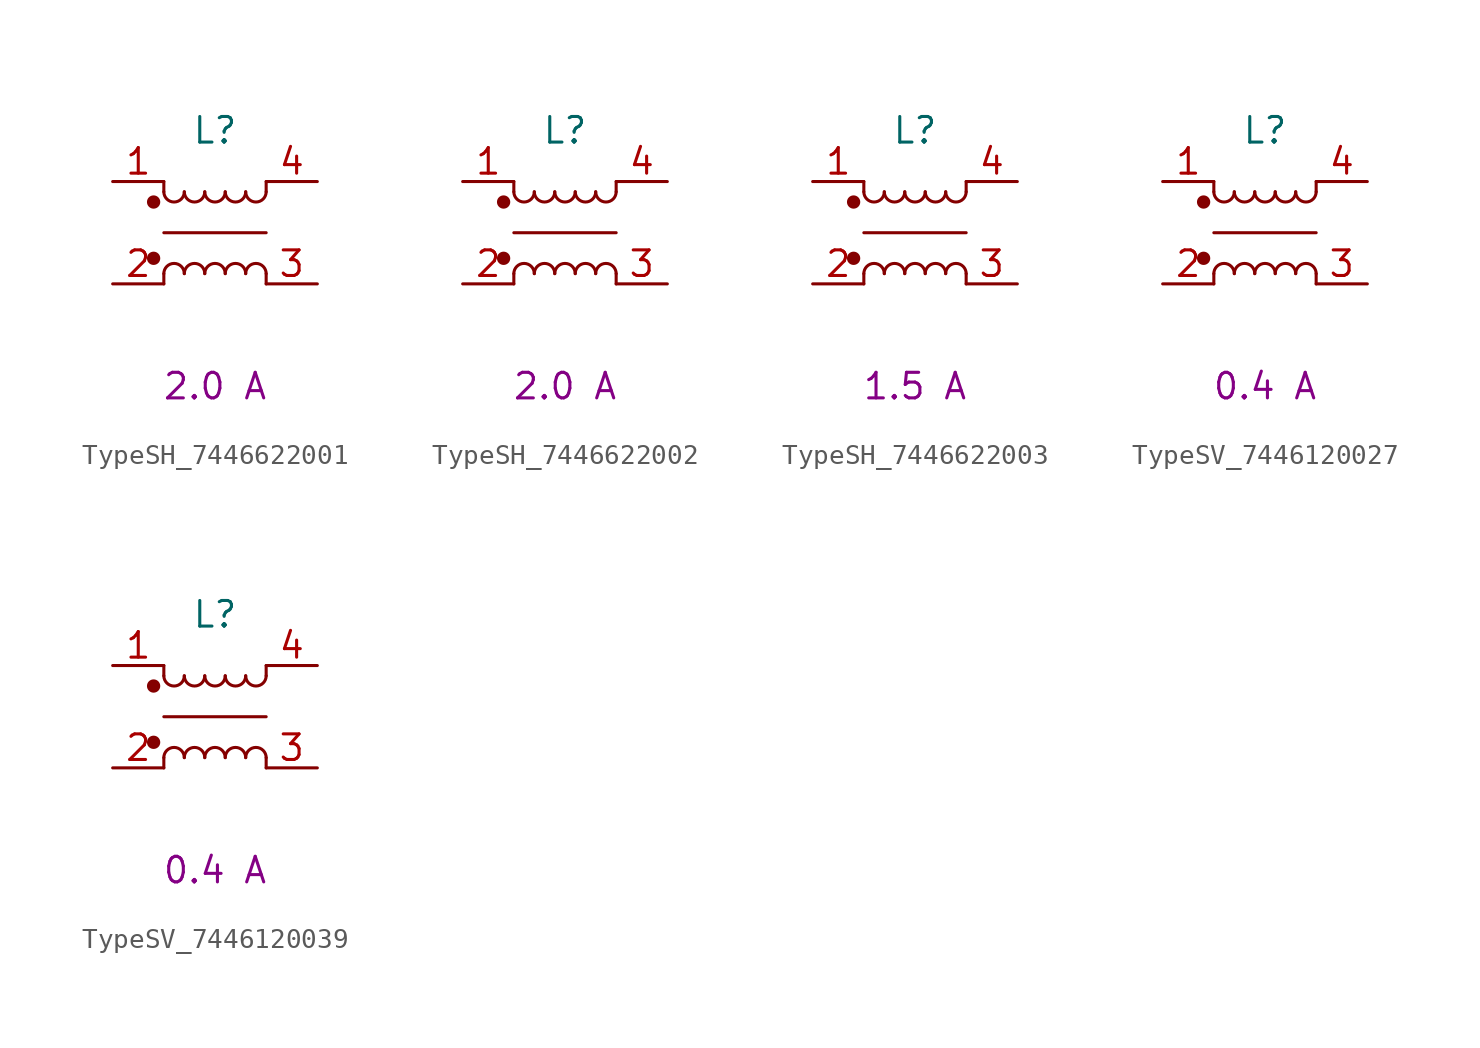
<source format=kicad_sym>
(kicad_symbol_lib
  (version 20220914)
  (generator kicad_symbol_editor)
  (symbol "TypeSH_7446622001"
    (pin_names hide)
    (property "Reference" "L"
      (at 0 5.08 0)
      (effects (font (size 1.27 1.27))))
    (property "Critical Parameter" "2.0 A"
      (at 0 -7.62 0)
      (effects (font (size 1.27 1.27))))
    (symbol "TypeSH_7446622001_0_1"
      (circle (center -3.048 -1.27) (radius 0.254) (stroke (width 0) (type default)) (fill (type outline)))
      (circle (center -3.048 1.524) (radius 0.254) (stroke (width 0) (type default)) (fill (type outline)))
      (arc (start -2.54 2.032) (mid -2.032 1.5262) (end -1.524 2.032) (stroke (width 0) (type default)) (fill (type none)))
      (arc (start -1.524 -2.032) (mid -2.032 -1.5262) (end -2.54 -2.032) (stroke (width 0) (type default)) (fill (type none)))
      (arc (start -1.524 2.032) (mid -1.016 1.5262) (end -0.508 2.032) (stroke (width 0) (type default)) (fill (type none)))
      (arc (start -0.508 -2.032) (mid -1.016 -1.5262) (end -1.524 -2.032) (stroke (width 0) (type default)) (fill (type none)))
      (arc (start -0.508 2.032) (mid 0 1.5262) (end 0.508 2.032) (stroke (width 0) (type default)) (fill (type none)))
      (polyline (pts (xy -2.54 -2.032) (xy -2.54 -2.54)) (stroke (width 0) (type default)) (fill (type none)))
      (polyline (pts (xy -2.54 2.032) (xy -2.54 2.54)) (stroke (width 0) (type default)) (fill (type none)))
      (polyline (pts (xy 2.54 -2.032) (xy 2.54 -2.54)) (stroke (width 0) (type default)) (fill (type none)))
      (polyline (pts (xy 2.54 0) (xy -2.54 0)) (stroke (width 0) (type default)) (fill (type none)))
      (polyline (pts (xy 2.54 2.54) (xy 2.54 2.032)) (stroke (width 0) (type default)) (fill (type none)))
      (arc (start 0.508 -2.032) (mid 0 -1.5262) (end -0.508 -2.032) (stroke (width 0) (type default)) (fill (type none)))
      (arc (start 0.508 2.032) (mid 1.016 1.5262) (end 1.524 2.032) (stroke (width 0) (type default)) (fill (type none)))
      (arc (start 1.524 -2.032) (mid 1.016 -1.5262) (end 0.508 -2.032) (stroke (width 0) (type default)) (fill (type none)))
      (arc (start 1.524 2.032) (mid 2.032 1.5262) (end 2.54 2.032) (stroke (width 0) (type default)) (fill (type none)))
      (arc (start 2.54 -2.032) (mid 2.032 -1.5262) (end 1.524 -2.032) (stroke (width 0) (type default)) (fill (type none))))
    (symbol "TypeSH_7446622001_1_1"
      (pin passive line (at -5.08 2.54 0) (length 2.54) (name "1" (effects (font (size 1.27 1.27)))) (number "1" (effects (font (size 1.27 1.27)))))
      (pin passive line (at -5.08 -2.54 0) (length 2.54) (name "2" (effects (font (size 1.27 1.27)))) (number "2" (effects (font (size 1.27 1.27)))))
      (pin passive line (at 5.08 -2.54 180) (length 2.54) (name "3" (effects (font (size 1.27 1.27)))) (number "3" (effects (font (size 1.27 1.27)))))
      (pin passive line (at 5.08 2.54 180) (length 2.54) (name "4" (effects (font (size 1.27 1.27)))) (number "4" (effects (font (size 1.27 1.27)))))))
  (symbol "TypeSH_7446622002"
    (pin_names hide)
    (property "Reference" "L"
      (at 0 5.08 0)
      (effects (font (size 1.27 1.27))))
    (property "Critical Parameter" "2.0 A"
      (at 0 -7.62 0)
      (effects (font (size 1.27 1.27))))
    (symbol "TypeSH_7446622002_0_1"
      (circle (center -3.048 -1.27) (radius 0.254) (stroke (width 0) (type default)) (fill (type outline)))
      (circle (center -3.048 1.524) (radius 0.254) (stroke (width 0) (type default)) (fill (type outline)))
      (arc (start -2.54 2.032) (mid -2.032 1.5262) (end -1.524 2.032) (stroke (width 0) (type default)) (fill (type none)))
      (arc (start -1.524 -2.032) (mid -2.032 -1.5262) (end -2.54 -2.032) (stroke (width 0) (type default)) (fill (type none)))
      (arc (start -1.524 2.032) (mid -1.016 1.5262) (end -0.508 2.032) (stroke (width 0) (type default)) (fill (type none)))
      (arc (start -0.508 -2.032) (mid -1.016 -1.5262) (end -1.524 -2.032) (stroke (width 0) (type default)) (fill (type none)))
      (arc (start -0.508 2.032) (mid 0 1.5262) (end 0.508 2.032) (stroke (width 0) (type default)) (fill (type none)))
      (polyline (pts (xy -2.54 -2.032) (xy -2.54 -2.54)) (stroke (width 0) (type default)) (fill (type none)))
      (polyline (pts (xy -2.54 2.032) (xy -2.54 2.54)) (stroke (width 0) (type default)) (fill (type none)))
      (polyline (pts (xy 2.54 -2.032) (xy 2.54 -2.54)) (stroke (width 0) (type default)) (fill (type none)))
      (polyline (pts (xy 2.54 0) (xy -2.54 0)) (stroke (width 0) (type default)) (fill (type none)))
      (polyline (pts (xy 2.54 2.54) (xy 2.54 2.032)) (stroke (width 0) (type default)) (fill (type none)))
      (arc (start 0.508 -2.032) (mid 0 -1.5262) (end -0.508 -2.032) (stroke (width 0) (type default)) (fill (type none)))
      (arc (start 0.508 2.032) (mid 1.016 1.5262) (end 1.524 2.032) (stroke (width 0) (type default)) (fill (type none)))
      (arc (start 1.524 -2.032) (mid 1.016 -1.5262) (end 0.508 -2.032) (stroke (width 0) (type default)) (fill (type none)))
      (arc (start 1.524 2.032) (mid 2.032 1.5262) (end 2.54 2.032) (stroke (width 0) (type default)) (fill (type none)))
      (arc (start 2.54 -2.032) (mid 2.032 -1.5262) (end 1.524 -2.032) (stroke (width 0) (type default)) (fill (type none))))
    (symbol "TypeSH_7446622002_1_1"
      (pin passive line (at -5.08 2.54 0) (length 2.54) (name "1" (effects (font (size 1.27 1.27)))) (number "1" (effects (font (size 1.27 1.27)))))
      (pin passive line (at -5.08 -2.54 0) (length 2.54) (name "2" (effects (font (size 1.27 1.27)))) (number "2" (effects (font (size 1.27 1.27)))))
      (pin passive line (at 5.08 -2.54 180) (length 2.54) (name "3" (effects (font (size 1.27 1.27)))) (number "3" (effects (font (size 1.27 1.27)))))
      (pin passive line (at 5.08 2.54 180) (length 2.54) (name "4" (effects (font (size 1.27 1.27)))) (number "4" (effects (font (size 1.27 1.27)))))))
  (symbol "TypeSH_7446622003"
    (pin_names hide)
    (property "Reference" "L"
      (at 0 5.08 0)
      (effects (font (size 1.27 1.27))))
    (property "Critical Parameter" "1.5 A"
      (at 0 -7.62 0)
      (effects (font (size 1.27 1.27))))
    (symbol "TypeSH_7446622003_0_1"
      (circle (center -3.048 -1.27) (radius 0.254) (stroke (width 0) (type default)) (fill (type outline)))
      (circle (center -3.048 1.524) (radius 0.254) (stroke (width 0) (type default)) (fill (type outline)))
      (arc (start -2.54 2.032) (mid -2.032 1.5262) (end -1.524 2.032) (stroke (width 0) (type default)) (fill (type none)))
      (arc (start -1.524 -2.032) (mid -2.032 -1.5262) (end -2.54 -2.032) (stroke (width 0) (type default)) (fill (type none)))
      (arc (start -1.524 2.032) (mid -1.016 1.5262) (end -0.508 2.032) (stroke (width 0) (type default)) (fill (type none)))
      (arc (start -0.508 -2.032) (mid -1.016 -1.5262) (end -1.524 -2.032) (stroke (width 0) (type default)) (fill (type none)))
      (arc (start -0.508 2.032) (mid 0 1.5262) (end 0.508 2.032) (stroke (width 0) (type default)) (fill (type none)))
      (polyline (pts (xy -2.54 -2.032) (xy -2.54 -2.54)) (stroke (width 0) (type default)) (fill (type none)))
      (polyline (pts (xy -2.54 2.032) (xy -2.54 2.54)) (stroke (width 0) (type default)) (fill (type none)))
      (polyline (pts (xy 2.54 -2.032) (xy 2.54 -2.54)) (stroke (width 0) (type default)) (fill (type none)))
      (polyline (pts (xy 2.54 0) (xy -2.54 0)) (stroke (width 0) (type default)) (fill (type none)))
      (polyline (pts (xy 2.54 2.54) (xy 2.54 2.032)) (stroke (width 0) (type default)) (fill (type none)))
      (arc (start 0.508 -2.032) (mid 0 -1.5262) (end -0.508 -2.032) (stroke (width 0) (type default)) (fill (type none)))
      (arc (start 0.508 2.032) (mid 1.016 1.5262) (end 1.524 2.032) (stroke (width 0) (type default)) (fill (type none)))
      (arc (start 1.524 -2.032) (mid 1.016 -1.5262) (end 0.508 -2.032) (stroke (width 0) (type default)) (fill (type none)))
      (arc (start 1.524 2.032) (mid 2.032 1.5262) (end 2.54 2.032) (stroke (width 0) (type default)) (fill (type none)))
      (arc (start 2.54 -2.032) (mid 2.032 -1.5262) (end 1.524 -2.032) (stroke (width 0) (type default)) (fill (type none))))
    (symbol "TypeSH_7446622003_1_1"
      (pin passive line (at -5.08 2.54 0) (length 2.54) (name "1" (effects (font (size 1.27 1.27)))) (number "1" (effects (font (size 1.27 1.27)))))
      (pin passive line (at -5.08 -2.54 0) (length 2.54) (name "2" (effects (font (size 1.27 1.27)))) (number "2" (effects (font (size 1.27 1.27)))))
      (pin passive line (at 5.08 -2.54 180) (length 2.54) (name "3" (effects (font (size 1.27 1.27)))) (number "3" (effects (font (size 1.27 1.27)))))
      (pin passive line (at 5.08 2.54 180) (length 2.54) (name "4" (effects (font (size 1.27 1.27)))) (number "4" (effects (font (size 1.27 1.27)))))))
  (symbol "TypeSV_7446120027"
    (pin_names hide)
    (property "Reference" "L"
      (at 0 5.08 0)
      (effects (font (size 1.27 1.27))))
    (property "Critical Parameter" "0.4 A"
      (at 0 -7.62 0)
      (effects (font (size 1.27 1.27))))
    (symbol "TypeSV_7446120027_0_1"
      (circle (center -3.048 -1.27) (radius 0.254) (stroke (width 0) (type default)) (fill (type outline)))
      (circle (center -3.048 1.524) (radius 0.254) (stroke (width 0) (type default)) (fill (type outline)))
      (arc (start -2.54 2.032) (mid -2.032 1.5262) (end -1.524 2.032) (stroke (width 0) (type default)) (fill (type none)))
      (arc (start -1.524 -2.032) (mid -2.032 -1.5262) (end -2.54 -2.032) (stroke (width 0) (type default)) (fill (type none)))
      (arc (start -1.524 2.032) (mid -1.016 1.5262) (end -0.508 2.032) (stroke (width 0) (type default)) (fill (type none)))
      (arc (start -0.508 -2.032) (mid -1.016 -1.5262) (end -1.524 -2.032) (stroke (width 0) (type default)) (fill (type none)))
      (arc (start -0.508 2.032) (mid 0 1.5262) (end 0.508 2.032) (stroke (width 0) (type default)) (fill (type none)))
      (polyline (pts (xy -2.54 -2.032) (xy -2.54 -2.54)) (stroke (width 0) (type default)) (fill (type none)))
      (polyline (pts (xy -2.54 2.032) (xy -2.54 2.54)) (stroke (width 0) (type default)) (fill (type none)))
      (polyline (pts (xy 2.54 -2.032) (xy 2.54 -2.54)) (stroke (width 0) (type default)) (fill (type none)))
      (polyline (pts (xy 2.54 0) (xy -2.54 0)) (stroke (width 0) (type default)) (fill (type none)))
      (polyline (pts (xy 2.54 2.54) (xy 2.54 2.032)) (stroke (width 0) (type default)) (fill (type none)))
      (arc (start 0.508 -2.032) (mid 0 -1.5262) (end -0.508 -2.032) (stroke (width 0) (type default)) (fill (type none)))
      (arc (start 0.508 2.032) (mid 1.016 1.5262) (end 1.524 2.032) (stroke (width 0) (type default)) (fill (type none)))
      (arc (start 1.524 -2.032) (mid 1.016 -1.5262) (end 0.508 -2.032) (stroke (width 0) (type default)) (fill (type none)))
      (arc (start 1.524 2.032) (mid 2.032 1.5262) (end 2.54 2.032) (stroke (width 0) (type default)) (fill (type none)))
      (arc (start 2.54 -2.032) (mid 2.032 -1.5262) (end 1.524 -2.032) (stroke (width 0) (type default)) (fill (type none))))
    (symbol "TypeSV_7446120027_1_1"
      (pin passive line (at -5.08 2.54 0) (length 2.54) (name "1" (effects (font (size 1.27 1.27)))) (number "1" (effects (font (size 1.27 1.27)))))
      (pin passive line (at -5.08 -2.54 0) (length 2.54) (name "2" (effects (font (size 1.27 1.27)))) (number "2" (effects (font (size 1.27 1.27)))))
      (pin passive line (at 5.08 -2.54 180) (length 2.54) (name "3" (effects (font (size 1.27 1.27)))) (number "3" (effects (font (size 1.27 1.27)))))
      (pin passive line (at 5.08 2.54 180) (length 2.54) (name "4" (effects (font (size 1.27 1.27)))) (number "4" (effects (font (size 1.27 1.27)))))))
  (symbol "TypeSV_7446120039"
    (pin_names hide)
    (property "Reference" "L"
      (at 0 5.08 0)
      (effects (font (size 1.27 1.27))))
    (property "Critical Parameter" "0.4 A"
      (at 0 -7.62 0)
      (effects (font (size 1.27 1.27))))
    (symbol "TypeSV_7446120039_0_1"
      (circle (center -3.048 -1.27) (radius 0.254) (stroke (width 0) (type default)) (fill (type outline)))
      (circle (center -3.048 1.524) (radius 0.254) (stroke (width 0) (type default)) (fill (type outline)))
      (arc (start -2.54 2.032) (mid -2.032 1.5262) (end -1.524 2.032) (stroke (width 0) (type default)) (fill (type none)))
      (arc (start -1.524 -2.032) (mid -2.032 -1.5262) (end -2.54 -2.032) (stroke (width 0) (type default)) (fill (type none)))
      (arc (start -1.524 2.032) (mid -1.016 1.5262) (end -0.508 2.032) (stroke (width 0) (type default)) (fill (type none)))
      (arc (start -0.508 -2.032) (mid -1.016 -1.5262) (end -1.524 -2.032) (stroke (width 0) (type default)) (fill (type none)))
      (arc (start -0.508 2.032) (mid 0 1.5262) (end 0.508 2.032) (stroke (width 0) (type default)) (fill (type none)))
      (polyline (pts (xy -2.54 -2.032) (xy -2.54 -2.54)) (stroke (width 0) (type default)) (fill (type none)))
      (polyline (pts (xy -2.54 2.032) (xy -2.54 2.54)) (stroke (width 0) (type default)) (fill (type none)))
      (polyline (pts (xy 2.54 -2.032) (xy 2.54 -2.54)) (stroke (width 0) (type default)) (fill (type none)))
      (polyline (pts (xy 2.54 0) (xy -2.54 0)) (stroke (width 0) (type default)) (fill (type none)))
      (polyline (pts (xy 2.54 2.54) (xy 2.54 2.032)) (stroke (width 0) (type default)) (fill (type none)))
      (arc (start 0.508 -2.032) (mid 0 -1.5262) (end -0.508 -2.032) (stroke (width 0) (type default)) (fill (type none)))
      (arc (start 0.508 2.032) (mid 1.016 1.5262) (end 1.524 2.032) (stroke (width 0) (type default)) (fill (type none)))
      (arc (start 1.524 -2.032) (mid 1.016 -1.5262) (end 0.508 -2.032) (stroke (width 0) (type default)) (fill (type none)))
      (arc (start 1.524 2.032) (mid 2.032 1.5262) (end 2.54 2.032) (stroke (width 0) (type default)) (fill (type none)))
      (arc (start 2.54 -2.032) (mid 2.032 -1.5262) (end 1.524 -2.032) (stroke (width 0) (type default)) (fill (type none))))
    (symbol "TypeSV_7446120039_1_1"
      (pin passive line (at -5.08 2.54 0) (length 2.54) (name "1" (effects (font (size 1.27 1.27)))) (number "1" (effects (font (size 1.27 1.27)))))
      (pin passive line (at -5.08 -2.54 0) (length 2.54) (name "2" (effects (font (size 1.27 1.27)))) (number "2" (effects (font (size 1.27 1.27)))))
      (pin passive line (at 5.08 -2.54 180) (length 2.54) (name "3" (effects (font (size 1.27 1.27)))) (number "3" (effects (font (size 1.27 1.27)))))
      (pin passive line (at 5.08 2.54 180) (length 2.54) (name "4" (effects (font (size 1.27 1.27)))) (number "4" (effects (font (size 1.27 1.27))))))))
</source>
